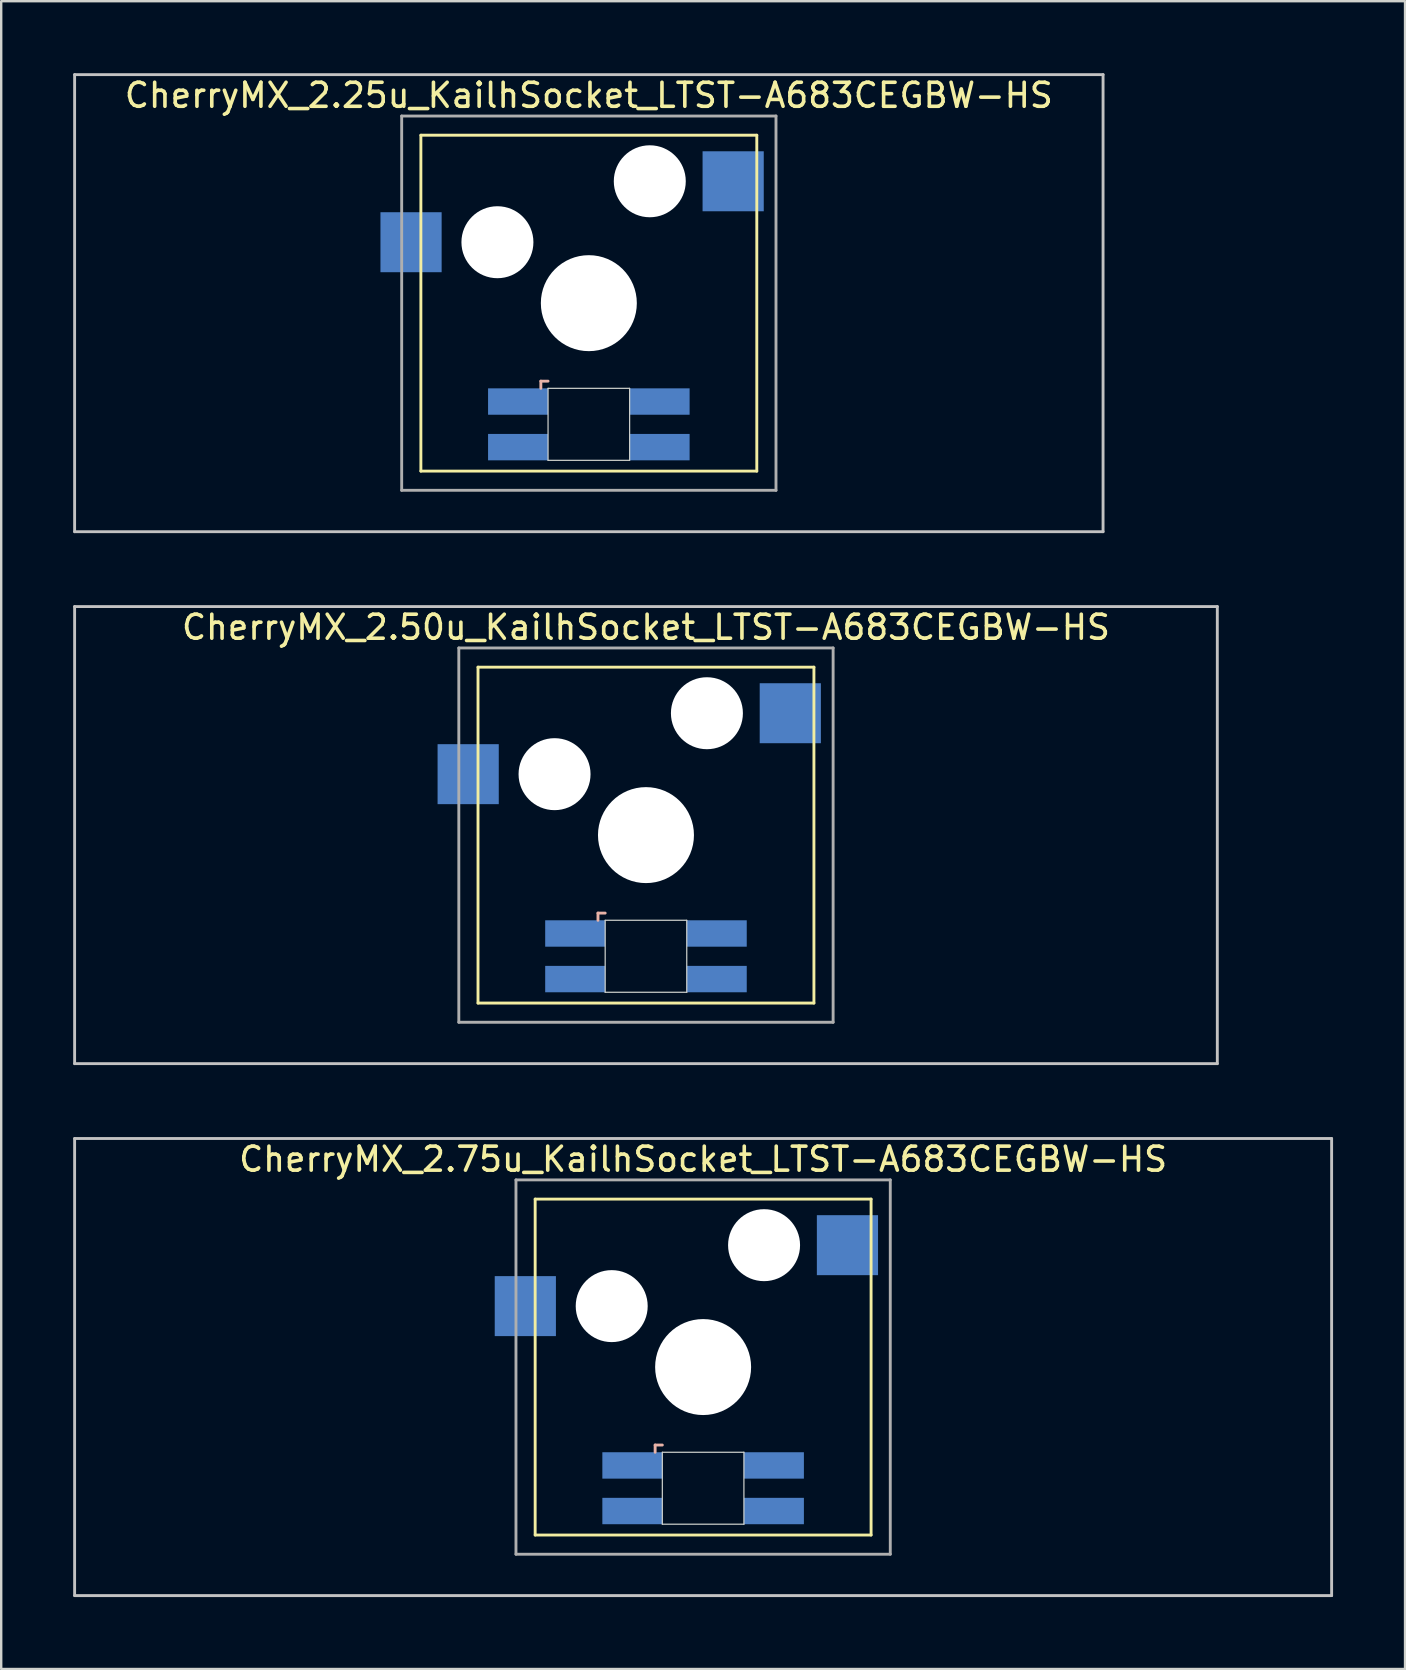
<source format=kicad_pcb>
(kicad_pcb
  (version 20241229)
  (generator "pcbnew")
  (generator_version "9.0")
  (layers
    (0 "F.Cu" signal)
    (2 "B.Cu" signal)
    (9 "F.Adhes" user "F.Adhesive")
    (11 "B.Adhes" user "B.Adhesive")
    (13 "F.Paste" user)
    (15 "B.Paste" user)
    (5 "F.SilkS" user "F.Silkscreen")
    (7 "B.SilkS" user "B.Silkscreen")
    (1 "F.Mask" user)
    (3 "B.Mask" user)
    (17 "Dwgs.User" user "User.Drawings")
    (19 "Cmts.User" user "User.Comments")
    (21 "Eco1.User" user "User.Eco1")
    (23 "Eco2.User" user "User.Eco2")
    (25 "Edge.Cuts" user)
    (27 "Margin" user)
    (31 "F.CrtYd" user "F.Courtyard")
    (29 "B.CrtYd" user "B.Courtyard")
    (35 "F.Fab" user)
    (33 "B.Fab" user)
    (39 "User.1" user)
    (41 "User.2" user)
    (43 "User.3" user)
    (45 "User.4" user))
  (footprint "CherryMX_2.50u_KailhSocket_LTST-A683CEGBW-HS"
    (layer "F.Cu")
    (at 23.872 31.755)
    (property "Reference" "CherryMX_2.50u_KailhSocket_LTST-A683CEGBW-HS" (at 0 -8.662 0) (layer "F.SilkS") (effects (font (size 1 1) (thickness 0.15))))
    (attr through_hole)
    (fp_line (start -7 -7) (end -7 7) (stroke (width 0.12) (type solid)) (layer "F.SilkS"))
    (fp_line (start -7 -7) (end 7 -7) (stroke (width 0.12) (type solid)) (layer "F.SilkS"))
    (fp_line (start 7 -7) (end 7 7) (stroke (width 0.12) (type solid)) (layer "F.SilkS"))
    (fp_line (start 7 7) (end -7 7) (stroke (width 0.12) (type solid)) (layer "F.SilkS"))
    (fp_line (start -2 3.25) (end -2 3.55) (stroke (width 0.12) (type solid)) (layer "B.SilkS"))
    (fp_line (start -1.7 3.25) (end -2 3.25) (stroke (width 0.12) (type solid)) (layer "B.SilkS"))
    (fp_line (start -23.812 -9.525) (end 23.812 -9.525) (stroke (width 0.12) (type solid)) (layer "Dwgs.User"))
    (fp_line (start -23.812 9.525) (end -23.812 -9.525) (stroke (width 0.12) (type solid)) (layer "Dwgs.User"))
    (fp_line (start 23.812 -9.525) (end 23.812 9.525) (stroke (width 0.12) (type solid)) (layer "Dwgs.User"))
    (fp_line (start 23.812 9.525) (end -23.812 9.525) (stroke (width 0.12) (type solid)) (layer "Dwgs.User"))
    (fp_line (start -1.7 3.55) (end 1.7 3.55) (stroke (width 0.05) (type solid)) (layer "Edge.Cuts"))
    (fp_line (start -1.7 6.55) (end -1.7 3.55) (stroke (width 0.05) (type solid)) (layer "Edge.Cuts"))
    (fp_line (start 1.7 3.55) (end 1.7 6.55) (stroke (width 0.05) (type solid)) (layer "Edge.Cuts"))
    (fp_line (start 1.7 6.55) (end -1.7 6.55) (stroke (width 0.05) (type solid)) (layer "Edge.Cuts"))
    (fp_line (start -7.8 -7.8) (end -7.8 7.8) (stroke (width 0.12) (type solid)) (layer "F.Fab"))
    (fp_line (start -7.8 -7.8) (end 7.8 -7.8) (stroke (width 0.12) (type solid)) (layer "F.Fab"))
    (fp_line (start -7.8 7.8) (end 7.8 7.8) (stroke (width 0.12) (type solid)) (layer "F.Fab"))
    (fp_line (start 7.8 -7.8) (end 7.8 7.8) (stroke (width 0.12) (type solid)) (layer "F.Fab"))
    (pad "" np_thru_hole circle (at -3.81 -2.54) (size 3 3) (drill 3) (layers "*.Cu" "*.Mask"))
    (pad "" np_thru_hole circle (at 0 0) (size 4 4) (drill 4) (layers "*.Cu" "*.Mask"))
    (pad "" np_thru_hole circle (at 2.54 -5.08) (size 3 3) (drill 3) (layers "*.Cu" "*.Mask"))
    (pad "1" smd rect (at -7.41 -2.54) (size 2.55 2.5) (layers "B.Cu" "B.Mask" "B.Paste"))
    (pad "2" smd rect (at 6.015 -5.08) (size 2.55 2.5) (layers "B.Cu" "B.Mask" "B.Paste"))
    (pad "3" smd rect (at -2.95 4.1) (size 2.5 1.1) (layers "B.Cu" "B.Mask" "B.Paste"))
    (pad "4" smd rect (at -2.95 6) (size 2.5 1.1) (layers "B.Cu" "B.Mask" "B.Paste"))
    (pad "5" smd rect (at 2.95 4.1) (size 2.5 1.1) (layers "B.Cu" "B.Mask" "B.Paste"))
    (pad "6" smd rect (at 2.95 6) (size 2.5 1.1) (layers "B.Cu" "B.Mask" "B.Paste")))
  (footprint "CherryMX_2.75u_KailhSocket_LTST-A683CEGBW-HS"
    (layer "F.Cu")
    (at 26.254 53.925)
    (property "Reference" "CherryMX_2.75u_KailhSocket_LTST-A683CEGBW-HS" (at 0 -8.662 0) (layer "F.SilkS") (effects (font (size 1 1) (thickness 0.15))))
    (attr through_hole)
    (fp_line (start -7 -7) (end -7 7) (stroke (width 0.12) (type solid)) (layer "F.SilkS"))
    (fp_line (start -7 -7) (end 7 -7) (stroke (width 0.12) (type solid)) (layer "F.SilkS"))
    (fp_line (start 7 -7) (end 7 7) (stroke (width 0.12) (type solid)) (layer "F.SilkS"))
    (fp_line (start 7 7) (end -7 7) (stroke (width 0.12) (type solid)) (layer "F.SilkS"))
    (fp_line (start -2 3.25) (end -2 3.55) (stroke (width 0.12) (type solid)) (layer "B.SilkS"))
    (fp_line (start -1.7 3.25) (end -2 3.25) (stroke (width 0.12) (type solid)) (layer "B.SilkS"))
    (fp_line (start -26.194 -9.525) (end 26.194 -9.525) (stroke (width 0.12) (type solid)) (layer "Dwgs.User"))
    (fp_line (start -26.194 9.525) (end -26.194 -9.525) (stroke (width 0.12) (type solid)) (layer "Dwgs.User"))
    (fp_line (start 26.194 -9.525) (end 26.194 9.525) (stroke (width 0.12) (type solid)) (layer "Dwgs.User"))
    (fp_line (start 26.194 9.525) (end -26.194 9.525) (stroke (width 0.12) (type solid)) (layer "Dwgs.User"))
    (fp_line (start -1.7 3.55) (end 1.7 3.55) (stroke (width 0.05) (type solid)) (layer "Edge.Cuts"))
    (fp_line (start -1.7 6.55) (end -1.7 3.55) (stroke (width 0.05) (type solid)) (layer "Edge.Cuts"))
    (fp_line (start 1.7 3.55) (end 1.7 6.55) (stroke (width 0.05) (type solid)) (layer "Edge.Cuts"))
    (fp_line (start 1.7 6.55) (end -1.7 6.55) (stroke (width 0.05) (type solid)) (layer "Edge.Cuts"))
    (fp_line (start -7.8 -7.8) (end -7.8 7.8) (stroke (width 0.12) (type solid)) (layer "F.Fab"))
    (fp_line (start -7.8 -7.8) (end 7.8 -7.8) (stroke (width 0.12) (type solid)) (layer "F.Fab"))
    (fp_line (start -7.8 7.8) (end 7.8 7.8) (stroke (width 0.12) (type solid)) (layer "F.Fab"))
    (fp_line (start 7.8 -7.8) (end 7.8 7.8) (stroke (width 0.12) (type solid)) (layer "F.Fab"))
    (pad "" np_thru_hole circle (at -3.81 -2.54) (size 3 3) (drill 3) (layers "*.Cu" "*.Mask"))
    (pad "" np_thru_hole circle (at 0 0) (size 4 4) (drill 4) (layers "*.Cu" "*.Mask"))
    (pad "" np_thru_hole circle (at 2.54 -5.08) (size 3 3) (drill 3) (layers "*.Cu" "*.Mask"))
    (pad "1" smd rect (at -7.41 -2.54) (size 2.55 2.5) (layers "B.Cu" "B.Mask" "B.Paste"))
    (pad "2" smd rect (at 6.015 -5.08) (size 2.55 2.5) (layers "B.Cu" "B.Mask" "B.Paste"))
    (pad "3" smd rect (at -2.95 4.1) (size 2.5 1.1) (layers "B.Cu" "B.Mask" "B.Paste"))
    (pad "4" smd rect (at -2.95 6) (size 2.5 1.1) (layers "B.Cu" "B.Mask" "B.Paste"))
    (pad "5" smd rect (at 2.95 4.1) (size 2.5 1.1) (layers "B.Cu" "B.Mask" "B.Paste"))
    (pad "6" smd rect (at 2.95 6) (size 2.5 1.1) (layers "B.Cu" "B.Mask" "B.Paste")))
  (footprint "CherryMX_2.25u_KailhSocket_LTST-A683CEGBW-HS"
    (layer "F.Cu")
    (at 21.491 9.585)
    (property "Reference" "CherryMX_2.25u_KailhSocket_LTST-A683CEGBW-HS" (at 0 -8.662 0) (layer "F.SilkS") (effects (font (size 1 1) (thickness 0.15))))
    (attr through_hole)
    (fp_line (start -7 -7) (end -7 7) (stroke (width 0.12) (type solid)) (layer "F.SilkS"))
    (fp_line (start -7 -7) (end 7 -7) (stroke (width 0.12) (type solid)) (layer "F.SilkS"))
    (fp_line (start 7 -7) (end 7 7) (stroke (width 0.12) (type solid)) (layer "F.SilkS"))
    (fp_line (start 7 7) (end -7 7) (stroke (width 0.12) (type solid)) (layer "F.SilkS"))
    (fp_line (start -2 3.25) (end -2 3.55) (stroke (width 0.12) (type solid)) (layer "B.SilkS"))
    (fp_line (start -1.7 3.25) (end -2 3.25) (stroke (width 0.12) (type solid)) (layer "B.SilkS"))
    (fp_line (start -21.431 -9.525) (end 21.431 -9.525) (stroke (width 0.12) (type solid)) (layer "Dwgs.User"))
    (fp_line (start -21.431 9.525) (end -21.431 -9.525) (stroke (width 0.12) (type solid)) (layer "Dwgs.User"))
    (fp_line (start 21.431 -9.525) (end 21.431 9.525) (stroke (width 0.12) (type solid)) (layer "Dwgs.User"))
    (fp_line (start 21.431 9.525) (end -21.431 9.525) (stroke (width 0.12) (type solid)) (layer "Dwgs.User"))
    (fp_line (start -1.7 3.55) (end 1.7 3.55) (stroke (width 0.05) (type solid)) (layer "Edge.Cuts"))
    (fp_line (start -1.7 6.55) (end -1.7 3.55) (stroke (width 0.05) (type solid)) (layer "Edge.Cuts"))
    (fp_line (start 1.7 3.55) (end 1.7 6.55) (stroke (width 0.05) (type solid)) (layer "Edge.Cuts"))
    (fp_line (start 1.7 6.55) (end -1.7 6.55) (stroke (width 0.05) (type solid)) (layer "Edge.Cuts"))
    (fp_line (start -7.8 -7.8) (end -7.8 7.8) (stroke (width 0.12) (type solid)) (layer "F.Fab"))
    (fp_line (start -7.8 -7.8) (end 7.8 -7.8) (stroke (width 0.12) (type solid)) (layer "F.Fab"))
    (fp_line (start -7.8 7.8) (end 7.8 7.8) (stroke (width 0.12) (type solid)) (layer "F.Fab"))
    (fp_line (start 7.8 -7.8) (end 7.8 7.8) (stroke (width 0.12) (type solid)) (layer "F.Fab"))
    (pad "" np_thru_hole circle (at -3.81 -2.54) (size 3 3) (drill 3) (layers "*.Cu" "*.Mask"))
    (pad "" np_thru_hole circle (at 0 0) (size 4 4) (drill 4) (layers "*.Cu" "*.Mask"))
    (pad "" np_thru_hole circle (at 2.54 -5.08) (size 3 3) (drill 3) (layers "*.Cu" "*.Mask"))
    (pad "1" smd rect (at -7.41 -2.54) (size 2.55 2.5) (layers "B.Cu" "B.Mask" "B.Paste"))
    (pad "2" smd rect (at 6.015 -5.08) (size 2.55 2.5) (layers "B.Cu" "B.Mask" "B.Paste"))
    (pad "3" smd rect (at -2.95 4.1) (size 2.5 1.1) (layers "B.Cu" "B.Mask" "B.Paste"))
    (pad "4" smd rect (at -2.95 6) (size 2.5 1.1) (layers "B.Cu" "B.Mask" "B.Paste"))
    (pad "5" smd rect (at 2.95 4.1) (size 2.5 1.1) (layers "B.Cu" "B.Mask" "B.Paste"))
    (pad "6" smd rect (at 2.95 6) (size 2.5 1.1) (layers "B.Cu" "B.Mask" "B.Paste")))
  (gr_rect
    (start -3 -3)
    (end 55.508 66.51)
    (stroke (width 0.1) (type default))
    (fill no)
    (layer "Edge.Cuts")))
</source>
